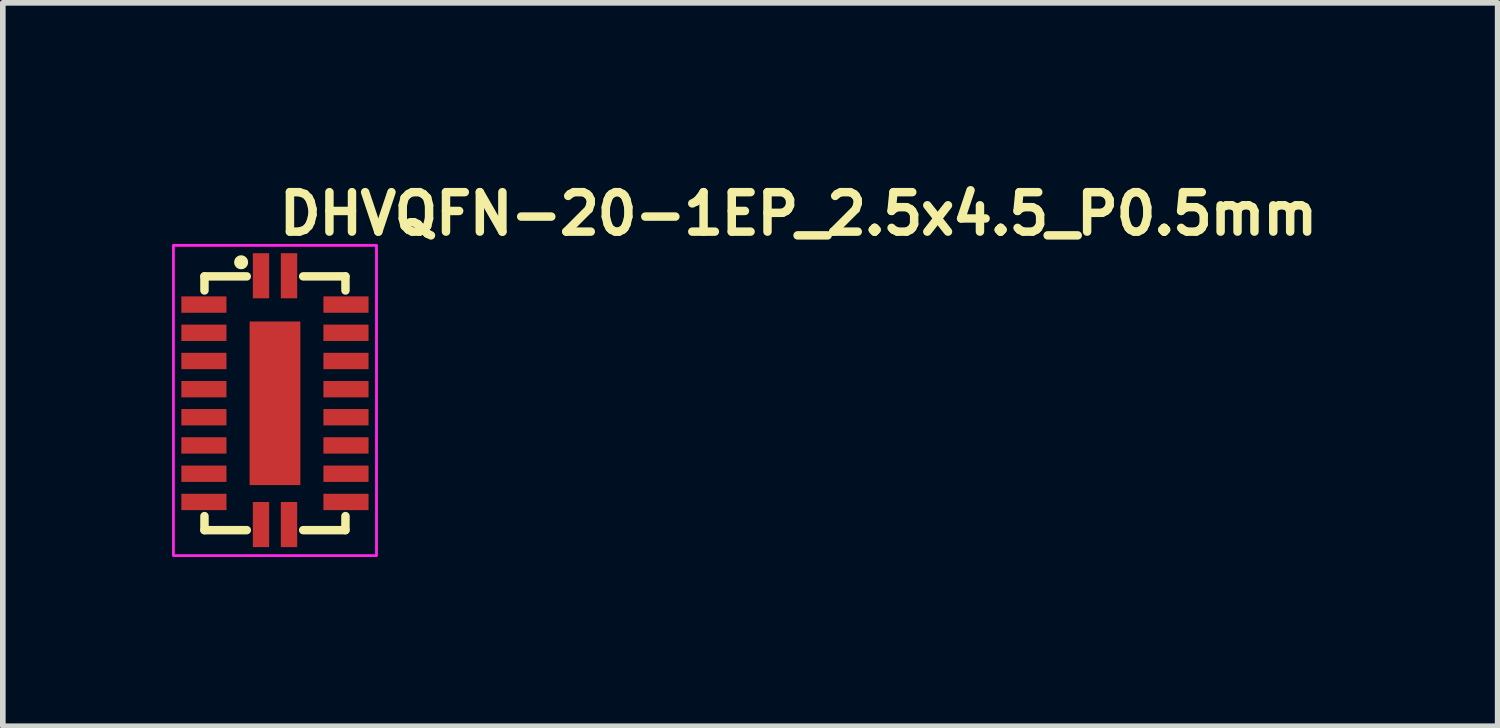
<source format=kicad_pcb>
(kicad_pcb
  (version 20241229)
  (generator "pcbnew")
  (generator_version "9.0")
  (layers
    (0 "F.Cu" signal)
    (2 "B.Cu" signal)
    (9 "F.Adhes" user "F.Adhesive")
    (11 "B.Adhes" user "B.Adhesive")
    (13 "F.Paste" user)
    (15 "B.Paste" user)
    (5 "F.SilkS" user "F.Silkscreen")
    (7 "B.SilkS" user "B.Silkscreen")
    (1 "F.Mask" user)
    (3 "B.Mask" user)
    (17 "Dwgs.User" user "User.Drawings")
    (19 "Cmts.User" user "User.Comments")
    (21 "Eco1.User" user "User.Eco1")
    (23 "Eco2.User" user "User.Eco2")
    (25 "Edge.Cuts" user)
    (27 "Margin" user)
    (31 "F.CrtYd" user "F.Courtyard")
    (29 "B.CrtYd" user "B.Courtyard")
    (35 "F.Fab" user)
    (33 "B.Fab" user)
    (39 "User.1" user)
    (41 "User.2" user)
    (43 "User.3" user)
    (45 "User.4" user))
  (footprint "DHVQFN-20-1EP_2.5x4.5_P0.5mm"
    (layer "F.Cu")
    (at 1.825 4.1)
    (property "Reference" "DHVQFN-20-1EP_2.5x4.5_P0.5mm" (at 0 -2.95 0) (layer "F.SilkS") (effects (font (size 0.7 0.7) (thickness 0.15)) (justify left bottom)))
    (attr smd)
    (fp_line (start -1.25 -2.25) (end -1.25 -2) (stroke (width 0.15) (type solid)) (layer "F.SilkS"))
    (fp_line (start -1.25 -2.25) (end -0.5 -2.25) (stroke (width 0.15) (type solid)) (layer "F.SilkS"))
    (fp_line (start -1.25 2.249) (end -1.25 2) (stroke (width 0.15) (type solid)) (layer "F.SilkS"))
    (fp_line (start -1.25 2.249) (end -0.5 2.249) (stroke (width 0.15) (type solid)) (layer "F.SilkS"))
    (fp_line (start 1.249 -2.25) (end 0.5 -2.25) (stroke (width 0.15) (type solid)) (layer "F.SilkS"))
    (fp_line (start 1.249 -2.25) (end 1.25 -2) (stroke (width 0.15) (type solid)) (layer "F.SilkS"))
    (fp_line (start 1.249 2.249) (end 0.5 2.249) (stroke (width 0.15) (type solid)) (layer "F.SilkS"))
    (fp_line (start 1.249 2.249) (end 1.25 2) (stroke (width 0.15) (type solid)) (layer "F.SilkS"))
    (fp_circle (center -0.6 -2.5) (end -0.551 -2.5) (stroke (width 0.15) (type solid)) (fill yes) (layer "F.SilkS"))
    (fp_poly (pts (xy -0.203 0.2) (xy 0.2 0.2) (xy 0.2 0.847) (xy -0.203 0.847)) (stroke (width 0.01) (type solid)) (fill yes) (layer "F.Paste"))
    (fp_poly (pts (xy 0.2 -0.203) (xy -0.203 -0.203) (xy -0.203 -0.85) (xy 0.2 -0.85)) (stroke (width 0.01) (type solid)) (fill yes) (layer "F.Paste"))
    (fp_rect (start -1.8 -2.8) (end 1.8 2.7) (stroke (width 0.05) (type solid)) (fill no) (layer "F.CrtYd"))
    (fp_rect (start -1.26 -2.261) (end 1.259 2.258) (stroke (width 0.1) (type solid)) (fill no) (layer "User.5"))
    (fp_line (start -1.26 -1.871) (end -1.26 -1.631) (stroke (width 0.02) (type solid)) (layer "User.9"))
    (fp_line (start -1.26 -1.631) (end -1.25 -1.631) (stroke (width 0.02) (type solid)) (layer "User.9"))
    (fp_line (start -1.26 -1.371) (end -1.26 -1.131) (stroke (width 0.02) (type solid)) (layer "User.9"))
    (fp_line (start -1.26 -1.371) (end -1.26 -1.131) (stroke (width 0.02) (type solid)) (layer "User.9"))
    (fp_line (start -1.26 -1.131) (end -1.25 -1.131) (stroke (width 0.02) (type solid)) (layer "User.9"))
    (fp_line (start -1.26 -1.131) (end -1.25 -1.131) (stroke (width 0.02) (type solid)) (layer "User.9"))
    (fp_line (start -1.26 -0.87) (end -1.26 -0.63) (stroke (width 0.02) (type solid)) (layer "User.9"))
    (fp_line (start -1.26 -0.87) (end -1.26 -0.63) (stroke (width 0.02) (type solid)) (layer "User.9"))
    (fp_line (start -1.26 -0.87) (end -1.26 -0.63) (stroke (width 0.02) (type solid)) (layer "User.9"))
    (fp_line (start -1.26 -0.63) (end -1.25 -0.63) (stroke (width 0.02) (type solid)) (layer "User.9"))
    (fp_line (start -1.26 -0.63) (end -1.25 -0.63) (stroke (width 0.02) (type solid)) (layer "User.9"))
    (fp_line (start -1.26 -0.63) (end -1.25 -0.63) (stroke (width 0.02) (type solid)) (layer "User.9"))
    (fp_line (start -1.26 -0.37) (end -1.26 -0.132) (stroke (width 0.02) (type solid)) (layer "User.9"))
    (fp_line (start -1.26 -0.37) (end -1.26 -0.132) (stroke (width 0.02) (type solid)) (layer "User.9"))
    (fp_line (start -1.26 -0.37) (end -1.26 -0.132) (stroke (width 0.02) (type solid)) (layer "User.9"))
    (fp_line (start -1.26 -0.37) (end -1.26 -0.132) (stroke (width 0.02) (type solid)) (layer "User.9"))
    (fp_line (start -1.26 -0.132) (end -1.25 -0.132) (stroke (width 0.02) (type solid)) (layer "User.9"))
    (fp_line (start -1.26 -0.132) (end -1.25 -0.132) (stroke (width 0.02) (type solid)) (layer "User.9"))
    (fp_line (start -1.26 -0.132) (end -1.25 -0.132) (stroke (width 0.02) (type solid)) (layer "User.9"))
    (fp_line (start -1.26 -0.132) (end -1.25 -0.132) (stroke (width 0.02) (type solid)) (layer "User.9"))
    (fp_line (start -1.26 0.13) (end -1.26 0.368) (stroke (width 0.02) (type solid)) (layer "User.9"))
    (fp_line (start -1.26 0.13) (end -1.26 0.368) (stroke (width 0.02) (type solid)) (layer "User.9"))
    (fp_line (start -1.26 0.13) (end -1.26 0.368) (stroke (width 0.02) (type solid)) (layer "User.9"))
    (fp_line (start -1.26 0.13) (end -1.26 0.368) (stroke (width 0.02) (type solid)) (layer "User.9"))
    (fp_line (start -1.26 0.368) (end -1.25 0.368) (stroke (width 0.02) (type solid)) (layer "User.9"))
    (fp_line (start -1.26 0.368) (end -1.25 0.368) (stroke (width 0.02) (type solid)) (layer "User.9"))
    (fp_line (start -1.26 0.368) (end -1.25 0.368) (stroke (width 0.02) (type solid)) (layer "User.9"))
    (fp_line (start -1.26 0.368) (end -1.25 0.368) (stroke (width 0.02) (type solid)) (layer "User.9"))
    (fp_line (start -1.26 0.628) (end -1.26 0.868) (stroke (width 0.02) (type solid)) (layer "User.9"))
    (fp_line (start -1.26 0.628) (end -1.26 0.868) (stroke (width 0.02) (type solid)) (layer "User.9"))
    (fp_line (start -1.26 0.628) (end -1.26 0.868) (stroke (width 0.02) (type solid)) (layer "User.9"))
    (fp_line (start -1.26 0.868) (end -1.25 0.868) (stroke (width 0.02) (type solid)) (layer "User.9"))
    (fp_line (start -1.26 0.868) (end -1.25 0.868) (stroke (width 0.02) (type solid)) (layer "User.9"))
    (fp_line (start -1.26 0.868) (end -1.25 0.868) (stroke (width 0.02) (type solid)) (layer "User.9"))
    (fp_line (start -1.26 1.128) (end -1.26 1.37) (stroke (width 0.02) (type solid)) (layer "User.9"))
    (fp_line (start -1.26 1.128) (end -1.26 1.37) (stroke (width 0.02) (type solid)) (layer "User.9"))
    (fp_line (start -1.26 1.37) (end -1.25 1.37) (stroke (width 0.02) (type solid)) (layer "User.9"))
    (fp_line (start -1.26 1.37) (end -1.25 1.37) (stroke (width 0.02) (type solid)) (layer "User.9"))
    (fp_line (start -1.26 1.628) (end -1.26 1.87) (stroke (width 0.02) (type solid)) (layer "User.9"))
    (fp_line (start -1.26 1.87) (end -1.25 1.87) (stroke (width 0.02) (type solid)) (layer "User.9"))
    (fp_line (start -1.25 -2.25) (end -1.25 2.249) (stroke (width 0.02) (type solid)) (layer "User.9"))
    (fp_line (start -1.25 -1.871) (end -1.26 -1.871) (stroke (width 0.02) (type solid)) (layer "User.9"))
    (fp_line (start -1.25 -1.371) (end -1.26 -1.371) (stroke (width 0.02) (type solid)) (layer "User.9"))
    (fp_line (start -1.25 -1.371) (end -1.26 -1.371) (stroke (width 0.02) (type solid)) (layer "User.9"))
    (fp_line (start -1.25 -0.87) (end -1.26 -0.87) (stroke (width 0.02) (type solid)) (layer "User.9"))
    (fp_line (start -1.25 -0.87) (end -1.26 -0.87) (stroke (width 0.02) (type solid)) (layer "User.9"))
    (fp_line (start -1.25 -0.87) (end -1.26 -0.87) (stroke (width 0.02) (type solid)) (layer "User.9"))
    (fp_line (start -1.25 -0.37) (end -1.26 -0.37) (stroke (width 0.02) (type solid)) (layer "User.9"))
    (fp_line (start -1.25 -0.37) (end -1.26 -0.37) (stroke (width 0.02) (type solid)) (layer "User.9"))
    (fp_line (start -1.25 -0.37) (end -1.26 -0.37) (stroke (width 0.02) (type solid)) (layer "User.9"))
    (fp_line (start -1.25 -0.37) (end -1.26 -0.37) (stroke (width 0.02) (type solid)) (layer "User.9"))
    (fp_line (start -1.25 0.13) (end -1.26 0.13) (stroke (width 0.02) (type solid)) (layer "User.9"))
    (fp_line (start -1.25 0.13) (end -1.26 0.13) (stroke (width 0.02) (type solid)) (layer "User.9"))
    (fp_line (start -1.25 0.13) (end -1.26 0.13) (stroke (width 0.02) (type solid)) (layer "User.9"))
    (fp_line (start -1.25 0.13) (end -1.26 0.13) (stroke (width 0.02) (type solid)) (layer "User.9"))
    (fp_line (start -1.25 0.628) (end -1.26 0.628) (stroke (width 0.02) (type solid)) (layer "User.9"))
    (fp_line (start -1.25 0.628) (end -1.26 0.628) (stroke (width 0.02) (type solid)) (layer "User.9"))
    (fp_line (start -1.25 0.628) (end -1.26 0.628) (stroke (width 0.02) (type solid)) (layer "User.9"))
    (fp_line (start -1.25 1.128) (end -1.26 1.128) (stroke (width 0.02) (type solid)) (layer "User.9"))
    (fp_line (start -1.25 1.128) (end -1.26 1.128) (stroke (width 0.02) (type solid)) (layer "User.9"))
    (fp_line (start -1.25 1.628) (end -1.26 1.628) (stroke (width 0.02) (type solid)) (layer "User.9"))
    (fp_line (start -1.25 2.249) (end 1.249 2.249) (stroke (width 0.02) (type solid)) (layer "User.9"))
    (fp_line (start -0.37 -2.261) (end -0.37 -2.25) (stroke (width 0.02) (type solid)) (layer "User.9"))
    (fp_line (start -0.37 2.249) (end -0.37 2.258) (stroke (width 0.02) (type solid)) (layer "User.9"))
    (fp_line (start -0.37 2.258) (end -0.132 2.258) (stroke (width 0.02) (type solid)) (layer "User.9"))
    (fp_line (start -0.132 -2.261) (end -0.37 -2.261) (stroke (width 0.02) (type solid)) (layer "User.9"))
    (fp_line (start -0.132 -2.25) (end -0.132 -2.261) (stroke (width 0.02) (type solid)) (layer "User.9"))
    (fp_line (start -0.132 2.258) (end -0.132 2.249) (stroke (width 0.02) (type solid)) (layer "User.9"))
    (fp_line (start 0.13 -2.261) (end 0.13 -2.25) (stroke (width 0.02) (type solid)) (layer "User.9"))
    (fp_line (start 0.13 2.249) (end 0.13 2.258) (stroke (width 0.02) (type solid)) (layer "User.9"))
    (fp_line (start 0.13 2.258) (end 0.368 2.258) (stroke (width 0.02) (type solid)) (layer "User.9"))
    (fp_line (start 0.368 -2.261) (end 0.13 -2.261) (stroke (width 0.02) (type solid)) (layer "User.9"))
    (fp_line (start 0.368 -2.25) (end 0.368 -2.261) (stroke (width 0.02) (type solid)) (layer "User.9"))
    (fp_line (start 0.368 2.258) (end 0.368 2.249) (stroke (width 0.02) (type solid)) (layer "User.9"))
    (fp_line (start 1.249 -2.25) (end -1.25 -2.25) (stroke (width 0.02) (type solid)) (layer "User.9"))
    (fp_line (start 1.249 -1.631) (end 1.259 -1.631) (stroke (width 0.02) (type solid)) (layer "User.9"))
    (fp_line (start 1.249 -1.131) (end 1.259 -1.131) (stroke (width 0.02) (type solid)) (layer "User.9"))
    (fp_line (start 1.249 -1.131) (end 1.259 -1.131) (stroke (width 0.02) (type solid)) (layer "User.9"))
    (fp_line (start 1.249 -0.63) (end 1.259 -0.63) (stroke (width 0.02) (type solid)) (layer "User.9"))
    (fp_line (start 1.249 -0.63) (end 1.259 -0.63) (stroke (width 0.02) (type solid)) (layer "User.9"))
    (fp_line (start 1.249 -0.63) (end 1.259 -0.63) (stroke (width 0.02) (type solid)) (layer "User.9"))
    (fp_line (start 1.249 -0.132) (end 1.259 -0.132) (stroke (width 0.02) (type solid)) (layer "User.9"))
    (fp_line (start 1.249 -0.132) (end 1.259 -0.132) (stroke (width 0.02) (type solid)) (layer "User.9"))
    (fp_line (start 1.249 -0.132) (end 1.259 -0.132) (stroke (width 0.02) (type solid)) (layer "User.9"))
    (fp_line (start 1.249 -0.132) (end 1.259 -0.132) (stroke (width 0.02) (type solid)) (layer "User.9"))
    (fp_line (start 1.249 0.368) (end 1.259 0.368) (stroke (width 0.02) (type solid)) (layer "User.9"))
    (fp_line (start 1.249 0.368) (end 1.259 0.368) (stroke (width 0.02) (type solid)) (layer "User.9"))
    (fp_line (start 1.249 0.368) (end 1.259 0.368) (stroke (width 0.02) (type solid)) (layer "User.9"))
    (fp_line (start 1.249 0.368) (end 1.259 0.368) (stroke (width 0.02) (type solid)) (layer "User.9"))
    (fp_line (start 1.249 0.868) (end 1.259 0.868) (stroke (width 0.02) (type solid)) (layer "User.9"))
    (fp_line (start 1.249 0.868) (end 1.259 0.868) (stroke (width 0.02) (type solid)) (layer "User.9"))
    (fp_line (start 1.249 0.868) (end 1.259 0.868) (stroke (width 0.02) (type solid)) (layer "User.9"))
    (fp_line (start 1.249 1.37) (end 1.259 1.37) (stroke (width 0.02) (type solid)) (layer "User.9"))
    (fp_line (start 1.249 1.37) (end 1.259 1.37) (stroke (width 0.02) (type solid)) (layer "User.9"))
    (fp_line (start 1.249 1.87) (end 1.259 1.87) (stroke (width 0.02) (type solid)) (layer "User.9"))
    (fp_line (start 1.249 2.249) (end 1.249 -2.25) (stroke (width 0.02) (type solid)) (layer "User.9"))
    (fp_line (start 1.259 -1.871) (end 1.249 -1.871) (stroke (width 0.02) (type solid)) (layer "User.9"))
    (fp_line (start 1.259 -1.631) (end 1.259 -1.871) (stroke (width 0.02) (type solid)) (layer "User.9"))
    (fp_line (start 1.259 -1.371) (end 1.249 -1.371) (stroke (width 0.02) (type solid)) (layer "User.9"))
    (fp_line (start 1.259 -1.371) (end 1.249 -1.371) (stroke (width 0.02) (type solid)) (layer "User.9"))
    (fp_line (start 1.259 -1.131) (end 1.259 -1.371) (stroke (width 0.02) (type solid)) (layer "User.9"))
    (fp_line (start 1.259 -1.131) (end 1.259 -1.371) (stroke (width 0.02) (type solid)) (layer "User.9"))
    (fp_line (start 1.259 -0.87) (end 1.249 -0.87) (stroke (width 0.02) (type solid)) (layer "User.9"))
    (fp_line (start 1.259 -0.87) (end 1.249 -0.87) (stroke (width 0.02) (type solid)) (layer "User.9"))
    (fp_line (start 1.259 -0.87) (end 1.249 -0.87) (stroke (width 0.02) (type solid)) (layer "User.9"))
    (fp_line (start 1.259 -0.63) (end 1.259 -0.87) (stroke (width 0.02) (type solid)) (layer "User.9"))
    (fp_line (start 1.259 -0.63) (end 1.259 -0.87) (stroke (width 0.02) (type solid)) (layer "User.9"))
    (fp_line (start 1.259 -0.63) (end 1.259 -0.87) (stroke (width 0.02) (type solid)) (layer "User.9"))
    (fp_line (start 1.259 -0.37) (end 1.249 -0.37) (stroke (width 0.02) (type solid)) (layer "User.9"))
    (fp_line (start 1.259 -0.37) (end 1.249 -0.37) (stroke (width 0.02) (type solid)) (layer "User.9"))
    (fp_line (start 1.259 -0.37) (end 1.249 -0.37) (stroke (width 0.02) (type solid)) (layer "User.9"))
    (fp_line (start 1.259 -0.37) (end 1.249 -0.37) (stroke (width 0.02) (type solid)) (layer "User.9"))
    (fp_line (start 1.259 -0.132) (end 1.259 -0.37) (stroke (width 0.02) (type solid)) (layer "User.9"))
    (fp_line (start 1.259 -0.132) (end 1.259 -0.37) (stroke (width 0.02) (type solid)) (layer "User.9"))
    (fp_line (start 1.259 -0.132) (end 1.259 -0.37) (stroke (width 0.02) (type solid)) (layer "User.9"))
    (fp_line (start 1.259 -0.132) (end 1.259 -0.37) (stroke (width 0.02) (type solid)) (layer "User.9"))
    (fp_line (start 1.259 0.13) (end 1.249 0.13) (stroke (width 0.02) (type solid)) (layer "User.9"))
    (fp_line (start 1.259 0.13) (end 1.249 0.13) (stroke (width 0.02) (type solid)) (layer "User.9"))
    (fp_line (start 1.259 0.13) (end 1.249 0.13) (stroke (width 0.02) (type solid)) (layer "User.9"))
    (fp_line (start 1.259 0.13) (end 1.249 0.13) (stroke (width 0.02) (type solid)) (layer "User.9"))
    (fp_line (start 1.259 0.368) (end 1.259 0.13) (stroke (width 0.02) (type solid)) (layer "User.9"))
    (fp_line (start 1.259 0.368) (end 1.259 0.13) (stroke (width 0.02) (type solid)) (layer "User.9"))
    (fp_line (start 1.259 0.368) (end 1.259 0.13) (stroke (width 0.02) (type solid)) (layer "User.9"))
    (fp_line (start 1.259 0.368) (end 1.259 0.13) (stroke (width 0.02) (type solid)) (layer "User.9"))
    (fp_line (start 1.259 0.628) (end 1.249 0.628) (stroke (width 0.02) (type solid)) (layer "User.9"))
    (fp_line (start 1.259 0.628) (end 1.249 0.628) (stroke (width 0.02) (type solid)) (layer "User.9"))
    (fp_line (start 1.259 0.628) (end 1.249 0.628) (stroke (width 0.02) (type solid)) (layer "User.9"))
    (fp_line (start 1.259 0.868) (end 1.259 0.628) (stroke (width 0.02) (type solid)) (layer "User.9"))
    (fp_line (start 1.259 0.868) (end 1.259 0.628) (stroke (width 0.02) (type solid)) (layer "User.9"))
    (fp_line (start 1.259 0.868) (end 1.259 0.628) (stroke (width 0.02) (type solid)) (layer "User.9"))
    (fp_line (start 1.259 1.128) (end 1.249 1.128) (stroke (width 0.02) (type solid)) (layer "User.9"))
    (fp_line (start 1.259 1.128) (end 1.249 1.128) (stroke (width 0.02) (type solid)) (layer "User.9"))
    (fp_line (start 1.259 1.37) (end 1.259 1.128) (stroke (width 0.02) (type solid)) (layer "User.9"))
    (fp_line (start 1.259 1.37) (end 1.259 1.128) (stroke (width 0.02) (type solid)) (layer "User.9"))
    (fp_line (start 1.259 1.628) (end 1.249 1.628) (stroke (width 0.02) (type solid)) (layer "User.9"))
    (fp_line (start 1.259 1.87) (end 1.259 1.628) (stroke (width 0.02) (type solid)) (layer "User.9"))
    (pad "1" smd rect (at -0.248 -2.261) (size 0.29 0.8) (layers "F.Cu" "F.Mask" "F.Paste"))
    (pad "2" smd rect (at -1.26 -1.75 90) (size 0.29 0.8) (layers "F.Cu" "F.Mask" "F.Paste"))
    (pad "3" smd rect (at -1.26 -1.25 90) (size 0.29 0.8) (layers "F.Cu" "F.Mask" "F.Paste"))
    (pad "4" smd rect (at -1.26 -0.75 90) (size 0.29 0.8) (layers "F.Cu" "F.Mask" "F.Paste"))
    (pad "5" smd rect (at -1.26 -0.25 90) (size 0.29 0.8) (layers "F.Cu" "F.Mask" "F.Paste"))
    (pad "6" smd rect (at -1.26 0.247 90) (size 0.29 0.8) (layers "F.Cu" "F.Mask" "F.Paste"))
    (pad "7" smd rect (at -1.26 0.747 90) (size 0.29 0.8) (layers "F.Cu" "F.Mask" "F.Paste"))
    (pad "8" smd rect (at -1.26 1.249 90) (size 0.29 0.8) (layers "F.Cu" "F.Mask" "F.Paste"))
    (pad "9" smd rect (at -1.26 1.749 90) (size 0.29 0.8) (layers "F.Cu" "F.Mask" "F.Paste"))
    (pad "10" smd rect (at -0.248 2.15) (size 0.29 0.8) (layers "F.Cu" "F.Mask" "F.Paste"))
    (pad "11" smd rect (at 0.249 2.15) (size 0.29 0.8) (layers "F.Cu" "F.Mask" "F.Paste"))
    (pad "12" smd rect (at 1.259 1.749 90) (size 0.29 0.8) (layers "F.Cu" "F.Mask" "F.Paste"))
    (pad "13" smd rect (at 1.259 1.249 90) (size 0.29 0.8) (layers "F.Cu" "F.Mask" "F.Paste"))
    (pad "14" smd rect (at 1.259 0.747 90) (size 0.29 0.8) (layers "F.Cu" "F.Mask" "F.Paste"))
    (pad "15" smd rect (at 1.259 0.247 90) (size 0.29 0.8) (layers "F.Cu" "F.Mask" "F.Paste"))
    (pad "16" smd rect (at 1.259 -0.25 90) (size 0.29 0.8) (layers "F.Cu" "F.Mask" "F.Paste"))
    (pad "17" smd rect (at 1.259 -0.75 90) (size 0.29 0.8) (layers "F.Cu" "F.Mask" "F.Paste"))
    (pad "18" smd rect (at 1.259 -1.25 90) (size 0.29 0.8) (layers "F.Cu" "F.Mask" "F.Paste"))
    (pad "19" smd rect (at 1.259 -1.75 90) (size 0.29 0.8) (layers "F.Cu" "F.Mask" "F.Paste"))
    (pad "20" smd rect (at 0.249 -2.261) (size 0.29 0.8) (layers "F.Cu" "F.Mask" "F.Paste"))
    (pad "21" smd rect (at 0 0 180) (size 0.9 2.9) (layers "F.Cu" "F.Mask" "F.Paste")))
  (gr_rect
    (start -3 -3)
    (end 23.502 9.825)
    (stroke (width 0.1) (type default))
    (fill no)
    (layer "Edge.Cuts")))
</source>
